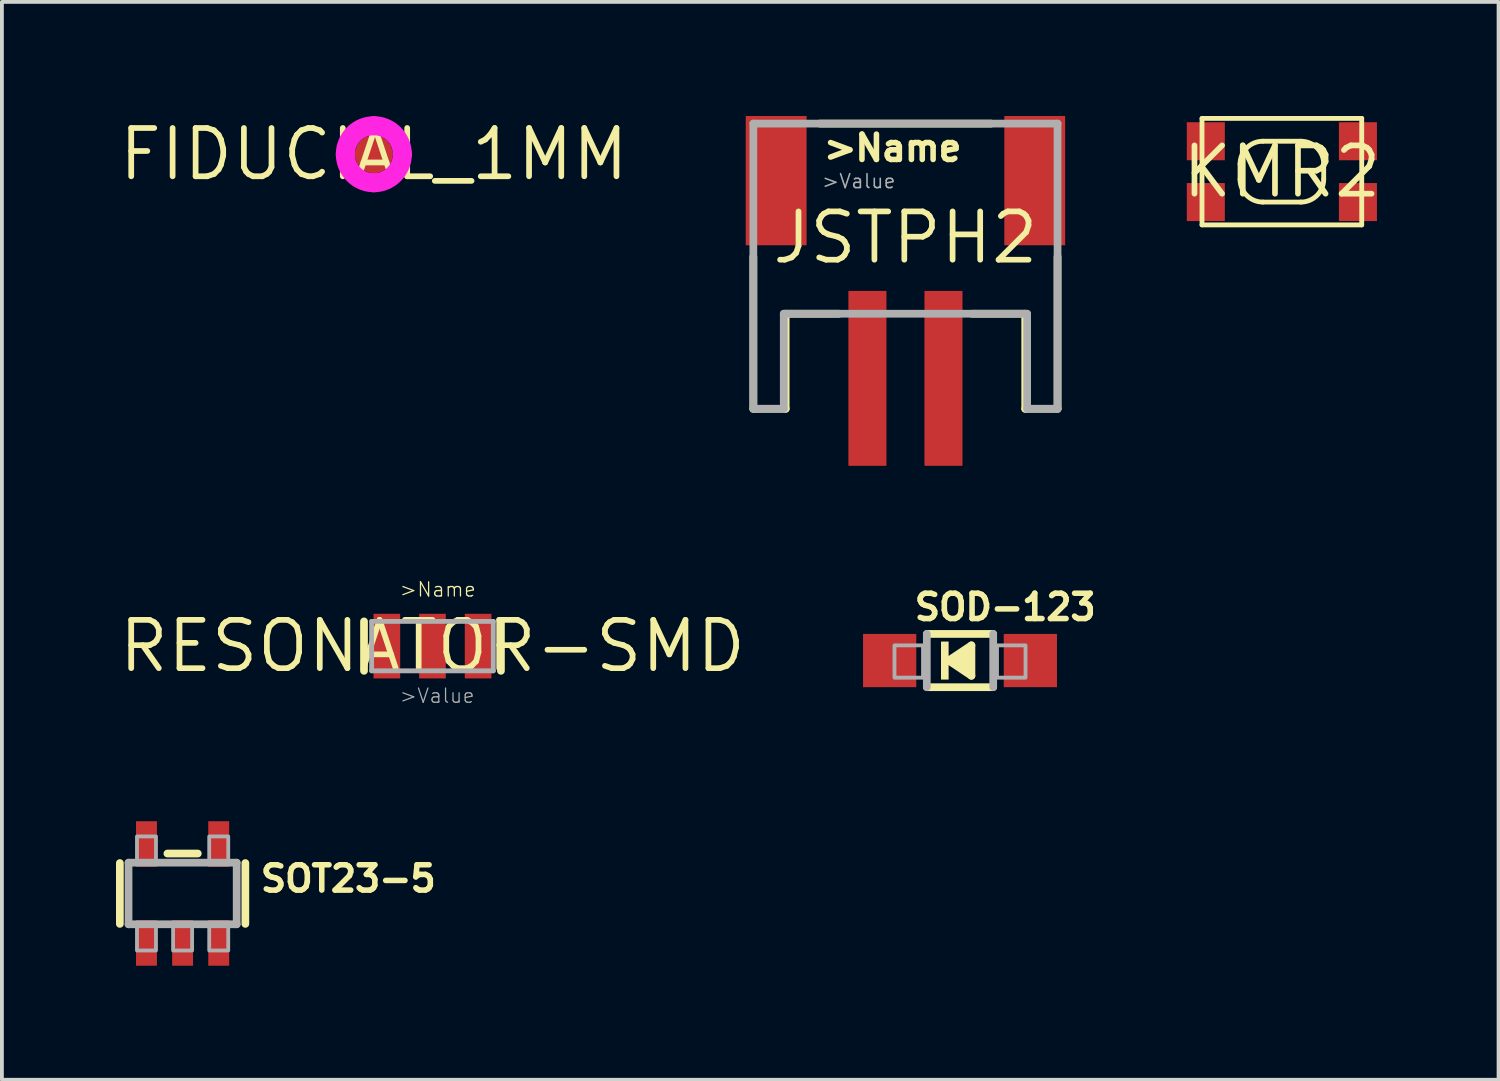
<source format=kicad_pcb>
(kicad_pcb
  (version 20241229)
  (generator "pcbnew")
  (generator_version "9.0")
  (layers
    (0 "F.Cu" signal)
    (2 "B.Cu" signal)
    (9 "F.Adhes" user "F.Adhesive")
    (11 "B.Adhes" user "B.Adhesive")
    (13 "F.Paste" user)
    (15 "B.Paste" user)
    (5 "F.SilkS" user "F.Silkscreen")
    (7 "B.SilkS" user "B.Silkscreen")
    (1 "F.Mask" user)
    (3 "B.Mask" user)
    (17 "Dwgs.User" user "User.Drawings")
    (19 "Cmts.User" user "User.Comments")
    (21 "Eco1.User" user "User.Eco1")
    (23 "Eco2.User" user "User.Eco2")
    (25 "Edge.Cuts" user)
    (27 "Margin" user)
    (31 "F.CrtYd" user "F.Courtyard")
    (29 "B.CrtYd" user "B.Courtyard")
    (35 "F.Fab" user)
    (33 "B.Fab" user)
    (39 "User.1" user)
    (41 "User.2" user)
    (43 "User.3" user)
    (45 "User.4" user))
  (footprint "SOT23-5"
    (layer "F.Cu")
    (at 1.752 20.446)
    (property "Reference" "SOT23-5" (at 1.978 0 0) (layer "F.SilkS") (effects (font (size 0.666 0.666) (thickness 0.146)) (justify left bottom)))
    (fp_line (start -1.65 -0.8) (end -1.65 0.8) (stroke (width 0.203) (type solid)) (layer "F.SilkS"))
    (fp_line (start -0.4 -1.05) (end 0.4 -1.05) (stroke (width 0.203) (type solid)) (layer "F.SilkS"))
    (fp_line (start 1.65 -0.8) (end 1.65 0.8) (stroke (width 0.203) (type solid)) (layer "F.SilkS"))
    (fp_line (start -1.422 -0.81) (end 1.422 -0.81) (stroke (width 0.203) (type solid)) (layer "F.Fab"))
    (fp_line (start -1.422 0.81) (end -1.422 -0.81) (stroke (width 0.203) (type solid)) (layer "F.Fab"))
    (fp_line (start 1.422 -0.81) (end 1.422 0.81) (stroke (width 0.203) (type solid)) (layer "F.Fab"))
    (fp_line (start 1.422 0.81) (end -1.422 0.81) (stroke (width 0.203) (type solid)) (layer "F.Fab"))
    (fp_poly (pts (xy -1.2 -0.85) (xy -0.7 -0.85) (xy -0.7 -1.5) (xy -1.2 -1.5)) (stroke (width 0.1) (type solid)) (fill no) (layer "F.Fab"))
    (fp_poly (pts (xy -1.2 1.5) (xy -0.7 1.5) (xy -0.7 0.85) (xy -1.2 0.85)) (stroke (width 0.1) (type solid)) (fill no) (layer "F.Fab"))
    (fp_poly (pts (xy -0.25 1.5) (xy 0.25 1.5) (xy 0.25 0.85) (xy -0.25 0.85)) (stroke (width 0.1) (type solid)) (fill no) (layer "F.Fab"))
    (fp_poly (pts (xy 0.7 -0.85) (xy 1.2 -0.85) (xy 1.2 -1.5) (xy 0.7 -1.5)) (stroke (width 0.1) (type solid)) (fill no) (layer "F.Fab"))
    (fp_poly (pts (xy 0.7 1.5) (xy 1.2 1.5) (xy 1.2 0.85) (xy 0.7 0.85)) (stroke (width 0.1) (type solid)) (fill no) (layer "F.Fab"))
    (pad "1" smd rect (at -0.95 1.3) (size 0.55 1.2) (layers "F.Cu" "F.Mask" "F.Paste"))
    (pad "2" smd rect (at 0 1.3) (size 0.55 1.2) (layers "F.Cu" "F.Mask" "F.Paste"))
    (pad "3" smd rect (at 0.95 1.3) (size 0.55 1.2) (layers "F.Cu" "F.Mask" "F.Paste"))
    (pad "4" smd rect (at 0.95 -1.3) (size 0.55 1.2) (layers "F.Cu" "F.Mask" "F.Paste"))
    (pad "5" smd rect (at -0.95 -1.3) (size 0.55 1.2) (layers "F.Cu" "F.Mask" "F.Paste")))
  (footprint "FIDUCIAL_1MM"
    (layer "F.Cu")
    (at 6.781 1.006)
    (property "Reference" "FIDUCIAL_1MM" (at 0 0 0) (layer "F.SilkS") (effects (font (size 1.27 1.27) (thickness 0.15))))
    (fp_arc (start -0.75 0) (mid -0.53033 -0.53033) (end 0 -0.75) (stroke (width 0.5) (type solid)) (layer "F.Mask"))
    (fp_arc (start 0 -0.75) (mid 0.53033 -0.53033) (end 0.75 0) (stroke (width 0.5) (type solid)) (layer "F.Mask"))
    (fp_arc (start 0 0.75) (mid -0.53033 0.53033) (end -0.75 0) (stroke (width 0.5) (type solid)) (layer "F.Mask"))
    (fp_arc (start 0.75 0) (mid 0.53033 0.53033) (end 0 0.75) (stroke (width 0.5) (type solid)) (layer "F.Mask"))
    (fp_arc (start -0.75 0) (mid -0.53033 -0.53033) (end 0 -0.75) (stroke (width 0.5) (type solid)) (layer "F.CrtYd"))
    (fp_arc (start 0 -0.75) (mid 0.53033 -0.53033) (end 0.75 0) (stroke (width 0.5) (type solid)) (layer "F.CrtYd"))
    (fp_arc (start 0 0.75) (mid -0.53033 0.53033) (end -0.75 0) (stroke (width 0.5) (type solid)) (layer "F.CrtYd"))
    (fp_arc (start 0.75 0) (mid 0.53033 0.53033) (end 0 0.75) (stroke (width 0.5) (type solid)) (layer "F.CrtYd"))
    (pad "1" smd roundrect (at 0 0) (size 1 1) (layers "F.Cu" "F.Mask") (roundrect_rratio 0.5)))
  (footprint "RESONATOR-SMD"
    (layer "F.Cu")
    (at 8.323 13.941)
    (property "Reference" "RESONATOR-SMD" (at 0 0 0) (layer "F.SilkS") (effects (font (size 1.27 1.27) (thickness 0.15))))
    (fp_line (start -1.8 0.65) (end -1.8 -0.65) (stroke (width 0.203) (type solid)) (layer "F.SilkS"))
    (fp_line (start 1.8 -0.65) (end 1.8 0.65) (stroke (width 0.203) (type solid)) (layer "F.SilkS"))
    (fp_line (start -1.6 -0.65) (end 1.6 -0.65) (stroke (width 0.127) (type solid)) (layer "F.Fab"))
    (fp_line (start -1.6 0.65) (end -1.6 -0.65) (stroke (width 0.127) (type solid)) (layer "F.Fab"))
    (fp_line (start 1.6 -0.65) (end 1.6 0.65) (stroke (width 0.127) (type solid)) (layer "F.Fab"))
    (fp_line (start 1.6 0.65) (end -1.6 0.65) (stroke (width 0.127) (type solid)) (layer "F.Fab"))
    (fp_text user ">Name" (at -0.889 -1.27 0) (layer "F.SilkS") (effects (font (size 0.374 0.374) (thickness 0.033)) (justify left bottom)))
    (fp_text user ">Value" (at -0.889 1.524 0) (layer "F.Fab") (effects (font (size 0.374 0.374) (thickness 0.033)) (justify left bottom)))
    (pad "1" smd rect (at -1.2 0) (size 0.7 1.7) (layers "F.Cu" "F.Mask" "F.Paste"))
    (pad "2" smd rect (at 0 0) (size 0.7 1.7) (layers "F.Cu" "F.Mask" "F.Paste"))
    (pad "3" smd rect (at 1.2 0) (size 0.7 1.7) (layers "F.Cu" "F.Mask" "F.Paste")))
  (footprint "JSTPH2"
    (layer "F.Cu")
    (at 20.761 3.2)
    (property "Reference" "JSTPH2" (at 0 0 0) (layer "F.SilkS") (effects (font (size 1.27 1.27) (thickness 0.15))))
    (fp_line (start -4 4.5) (end -4 0.5) (stroke (width 0.203) (type solid)) (layer "F.SilkS"))
    (fp_line (start -3.15 2) (end -3.15 4.5) (stroke (width 0.203) (type solid)) (layer "F.SilkS"))
    (fp_line (start -3.15 4.5) (end -4 4.5) (stroke (width 0.203) (type solid)) (layer "F.SilkS"))
    (fp_line (start -2.25 -3) (end 2.25 -3) (stroke (width 0.203) (type solid)) (layer "F.SilkS"))
    (fp_line (start -1.75 2) (end -3.15 2) (stroke (width 0.203) (type solid)) (layer "F.SilkS"))
    (fp_line (start 3.15 2) (end 1.75 2) (stroke (width 0.203) (type solid)) (layer "F.SilkS"))
    (fp_line (start 3.15 4.5) (end 3.15 2) (stroke (width 0.203) (type solid)) (layer "F.SilkS"))
    (fp_line (start 4 0.5) (end 4 4.5) (stroke (width 0.203) (type solid)) (layer "F.SilkS"))
    (fp_line (start 4 4.5) (end 3.15 4.5) (stroke (width 0.203) (type solid)) (layer "F.SilkS"))
    (fp_line (start -4 -3) (end 4 -3) (stroke (width 0.203) (type solid)) (layer "F.Fab"))
    (fp_line (start -4 4.5) (end -4 -3) (stroke (width 0.203) (type solid)) (layer "F.Fab"))
    (fp_line (start -3.2 2) (end -3.2 4.5) (stroke (width 0.203) (type solid)) (layer "F.Fab"))
    (fp_line (start -3.2 4.5) (end -4 4.5) (stroke (width 0.203) (type solid)) (layer "F.Fab"))
    (fp_line (start 3.2 2) (end -3.2 2) (stroke (width 0.203) (type solid)) (layer "F.Fab"))
    (fp_line (start 3.2 4.5) (end 3.2 2) (stroke (width 0.203) (type solid)) (layer "F.Fab"))
    (fp_line (start 4 -3) (end 4 4.5) (stroke (width 0.203) (type solid)) (layer "F.Fab"))
    (fp_line (start 4 4.5) (end 3.2 4.5) (stroke (width 0.203) (type solid)) (layer "F.Fab"))
    (fp_text user ">Name" (at -2.223 -1.968 0) (layer "F.SilkS") (effects (font (size 0.666 0.666) (thickness 0.146)) (justify left bottom)))
    (fp_text user ">Value" (at -2.223 -1.27 0) (layer "F.Fab") (effects (font (size 0.366 0.366) (thickness 0.041)) (justify left bottom)))
    (pad "1" smd rect (at -1 3.7) (size 1 4.6) (layers "F.Cu" "F.Mask" "F.Paste"))
    (pad "2" smd rect (at 1 3.7) (size 1 4.6) (layers "F.Cu" "F.Mask" "F.Paste"))
    (pad "NC1" smd rect (at -3.4 -1.5 90) (size 3.4 1.6) (layers "F.Cu" "F.Mask" "F.Paste"))
    (pad "NC2" smd rect (at 3.4 -1.5 90) (size 3.4 1.6) (layers "F.Cu" "F.Mask" "F.Paste")))
  (footprint "SOD-123"
    (layer "F.Cu")
    (at 22.196 14.321)
    (property "Reference" "SOD-123" (at -1.27 -1.016 0) (layer "F.SilkS") (effects (font (size 0.666 0.666) (thickness 0.146)) (justify left bottom)))
    (fp_line (start -0.873 -0.7) (end 0.873 -0.7) (stroke (width 0.203) (type solid)) (layer "F.SilkS"))
    (fp_line (start -0.3 0) (end 0.3 -0.4) (stroke (width 0.203) (type solid)) (layer "F.SilkS"))
    (fp_line (start 0.3 -0.4) (end 0.3 0.4) (stroke (width 0.203) (type solid)) (layer "F.SilkS"))
    (fp_line (start 0.3 0.4) (end -0.3 0) (stroke (width 0.203) (type solid)) (layer "F.SilkS"))
    (fp_line (start 0.873 0.7) (end -0.873 0.7) (stroke (width 0.203) (type solid)) (layer "F.SilkS"))
    (fp_poly (pts (xy 0.302 0.39) (xy -0.283 0) (xy 0.302 -0.39)) (stroke (width 0) (type solid)) (fill yes) (layer "F.SilkS"))
    (fp_poly (pts (xy -0.5 0.5) (xy -0.3 0.5) (xy -0.3 -0.5) (xy -0.5 -0.5)) (stroke (width 0) (type solid)) (fill yes) (layer "F.SilkS"))
    (fp_line (start -0.873 0.7) (end -0.873 -0.7) (stroke (width 0.203) (type solid)) (layer "F.Fab"))
    (fp_line (start 0.873 -0.7) (end 0.873 0.7) (stroke (width 0.203) (type solid)) (layer "F.Fab"))
    (fp_poly (pts (xy -1.723 0.45) (xy -0.973 0.45) (xy -0.973 -0.4) (xy -1.723 -0.4)) (stroke (width 0.1) (type solid)) (fill no) (layer "F.Fab"))
    (fp_poly (pts (xy 0.973 0.45) (xy 1.723 0.45) (xy 1.723 -0.4) (xy 0.973 -0.4)) (stroke (width 0.1) (type solid)) (fill no) (layer "F.Fab"))
    (pad "A" smd rect (at 1.85 0 90) (size 1.4 1.4) (layers "F.Cu" "F.Mask" "F.Paste"))
    (pad "C" smd rect (at -1.85 0 90) (size 1.4 1.4) (layers "F.Cu" "F.Mask" "F.Paste")))
  (footprint "KMR2"
    (layer "F.Cu")
    (at 30.66 1.464)
    (property "Reference" "KMR2" (at 0 0 0) (layer "F.SilkS") (effects (font (size 1.27 1.27) (thickness 0.15))))
    (fp_line (start -2.1 -1.4) (end 2.1 -1.4) (stroke (width 0.127) (type solid)) (layer "F.SilkS"))
    (fp_line (start -2.1 1.4) (end -2.1 -1.4) (stroke (width 0.127) (type solid)) (layer "F.SilkS"))
    (fp_line (start -1.1 0.2) (end -1.1 -0.2) (stroke (width 0.127) (type solid)) (layer "F.SilkS"))
    (fp_line (start -0.5 -0.8) (end 0.5 -0.8) (stroke (width 0.127) (type solid)) (layer "F.SilkS"))
    (fp_line (start 0.5 0.8) (end -0.5 0.8) (stroke (width 0.127) (type solid)) (layer "F.SilkS"))
    (fp_line (start 1.1 -0.2) (end 1.1 0.2) (stroke (width 0.127) (type solid)) (layer "F.SilkS"))
    (fp_line (start 2.1 -1.4) (end 2.1 1.4) (stroke (width 0.127) (type solid)) (layer "F.SilkS"))
    (fp_line (start 2.1 1.4) (end -2.1 1.4) (stroke (width 0.127) (type solid)) (layer "F.SilkS"))
    (fp_arc (start -1.1 -0.2) (mid -0.924263 -0.624264) (end -0.499998 -0.8) (stroke (width 0.127) (type solid)) (layer "F.SilkS"))
    (fp_arc (start -0.5 0.8) (mid -0.924264 0.624263) (end -1.1 0.199998) (stroke (width 0.127) (type solid)) (layer "F.SilkS"))
    (fp_arc (start 0.5 -0.8) (mid 0.924264 -0.624263) (end 1.1 -0.199998) (stroke (width 0.127) (type solid)) (layer "F.SilkS"))
    (fp_arc (start 1.1 0.2) (mid 0.924263 0.624264) (end 0.499998 0.8) (stroke (width 0.127) (type solid)) (layer "F.SilkS"))
    (pad "1" smd rect (at 2 -0.8) (size 1 1) (layers "F.Cu" "F.Mask" "F.Paste"))
    (pad "2" smd rect (at 2 0.8) (size 1 1) (layers "F.Cu" "F.Mask" "F.Paste"))
    (pad "3" smd rect (at -2 -0.8) (size 1 1) (layers "F.Cu" "F.Mask" "F.Paste"))
    (pad "4" smd rect (at -2 0.8) (size 1 1) (layers "F.Cu" "F.Mask" "F.Paste")))
  (gr_rect
    (start -3 -3)
    (end 36.358 25.346)
    (stroke (width 0.1) (type default))
    (fill no)
    (layer "Edge.Cuts")))
</source>
